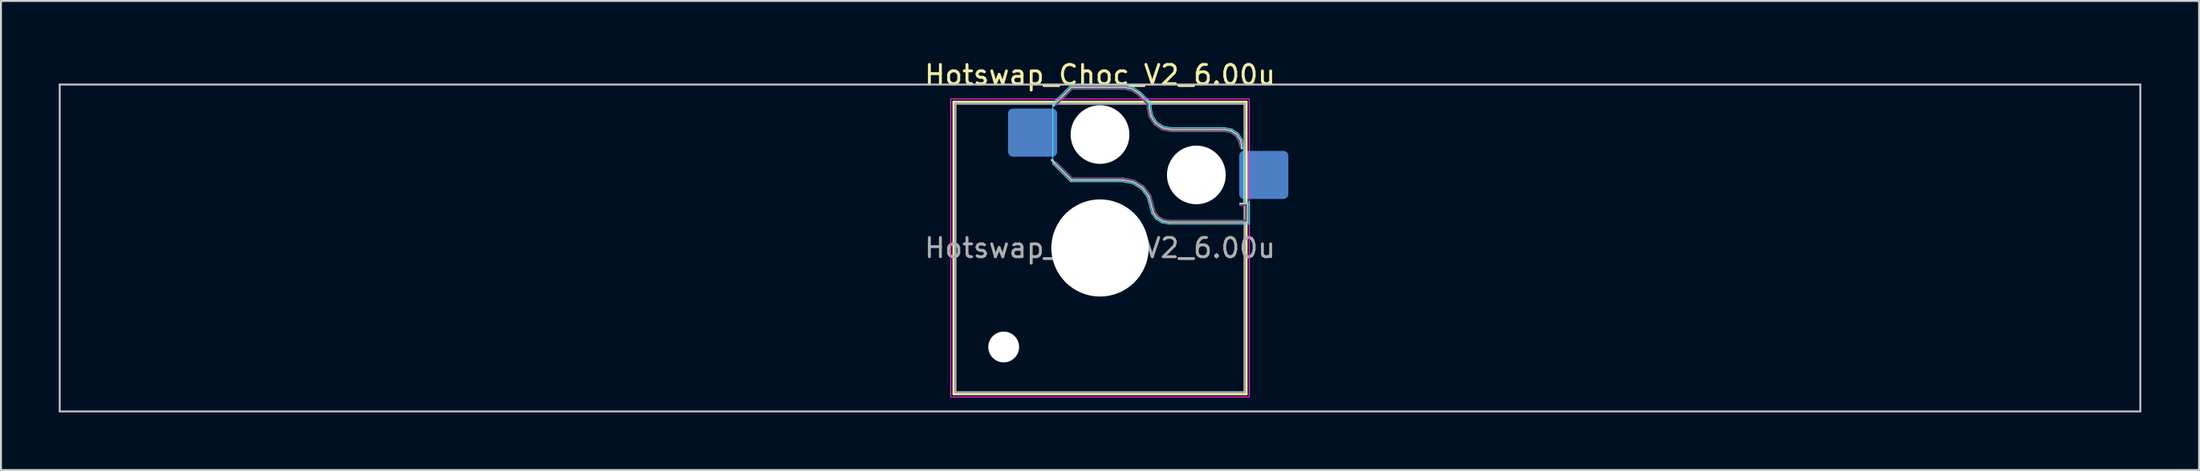
<source format=kicad_pcb>
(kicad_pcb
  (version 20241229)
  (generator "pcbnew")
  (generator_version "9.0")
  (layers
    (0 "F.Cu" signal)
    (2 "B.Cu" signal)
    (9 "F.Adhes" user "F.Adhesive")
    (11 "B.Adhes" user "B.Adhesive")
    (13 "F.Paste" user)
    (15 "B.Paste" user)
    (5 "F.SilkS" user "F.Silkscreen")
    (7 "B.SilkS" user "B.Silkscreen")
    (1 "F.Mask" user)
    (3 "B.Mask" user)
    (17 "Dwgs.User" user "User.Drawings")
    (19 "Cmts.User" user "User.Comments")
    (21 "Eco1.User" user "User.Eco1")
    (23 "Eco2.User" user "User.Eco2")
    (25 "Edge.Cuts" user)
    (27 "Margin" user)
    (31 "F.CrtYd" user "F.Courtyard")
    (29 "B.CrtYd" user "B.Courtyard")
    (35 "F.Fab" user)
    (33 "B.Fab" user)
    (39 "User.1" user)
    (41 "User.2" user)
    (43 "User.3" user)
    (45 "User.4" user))
  (footprint "Hotswap_Choc_V2_6.00u"
    (layer "F.Cu")
    (at 54.05 9.848)
    (property "Reference" "Hotswap_Choc_V2_6.00u" (at 0 -9 0) (layer "F.SilkS") (effects (font (size 1 1) (thickness 0.15))))
    (attr smd)
    (fp_line (start -7.6 -7.6) (end -7.6 7.6) (stroke (width 0.12) (type solid)) (layer "F.SilkS"))
    (fp_line (start -7.6 7.6) (end 7.6 7.6) (stroke (width 0.12) (type solid)) (layer "F.SilkS"))
    (fp_line (start 7.6 -7.6) (end -7.6 -7.6) (stroke (width 0.12) (type solid)) (layer "F.SilkS"))
    (fp_line (start 7.6 7.6) (end 7.6 -7.6) (stroke (width 0.12) (type solid)) (layer "F.SilkS"))
    (fp_line (start -2.416 -7.409) (end -1.479 -8.346) (stroke (width 0.12) (type solid)) (layer "B.SilkS"))
    (fp_line (start -1.479 -8.346) (end 1.268 -8.346) (stroke (width 0.12) (type solid)) (layer "B.SilkS"))
    (fp_line (start -1.479 -3.554) (end -2.5 -4.575) (stroke (width 0.12) (type solid)) (layer "B.SilkS"))
    (fp_line (start 1.168 -3.554) (end -1.479 -3.554) (stroke (width 0.12) (type solid)) (layer "B.SilkS"))
    (fp_line (start 1.268 -8.346) (end 1.671 -8.266) (stroke (width 0.12) (type solid)) (layer "B.SilkS"))
    (fp_line (start 1.671 -8.266) (end 2.013 -8.037) (stroke (width 0.12) (type solid)) (layer "B.SilkS"))
    (fp_line (start 1.73 -3.449) (end 1.168 -3.554) (stroke (width 0.12) (type solid)) (layer "B.SilkS"))
    (fp_line (start 2.013 -8.037) (end 2.546 -7.504) (stroke (width 0.12) (type solid)) (layer "B.SilkS"))
    (fp_line (start 2.209 -3.15) (end 1.73 -3.449) (stroke (width 0.12) (type solid)) (layer "B.SilkS"))
    (fp_line (start 2.546 -7.504) (end 2.546 -7.282) (stroke (width 0.12) (type solid)) (layer "B.SilkS"))
    (fp_line (start 2.546 -7.282) (end 2.633 -6.844) (stroke (width 0.12) (type solid)) (layer "B.SilkS"))
    (fp_line (start 2.547 -2.697) (end 2.209 -3.15) (stroke (width 0.12) (type solid)) (layer "B.SilkS"))
    (fp_line (start 2.633 -6.844) (end 2.877 -6.477) (stroke (width 0.12) (type solid)) (layer "B.SilkS"))
    (fp_line (start 2.701 -2.139) (end 2.547 -2.697) (stroke (width 0.12) (type solid)) (layer "B.SilkS"))
    (fp_line (start 2.783 -1.841) (end 2.701 -2.139) (stroke (width 0.12) (type solid)) (layer "B.SilkS"))
    (fp_line (start 2.877 -6.477) (end 3.244 -6.233) (stroke (width 0.12) (type solid)) (layer "B.SilkS"))
    (fp_line (start 2.976 -1.583) (end 2.783 -1.841) (stroke (width 0.12) (type solid)) (layer "B.SilkS"))
    (fp_line (start 3.244 -6.233) (end 3.682 -6.146) (stroke (width 0.12) (type solid)) (layer "B.SilkS"))
    (fp_line (start 3.25 -1.413) (end 2.976 -1.583) (stroke (width 0.12) (type solid)) (layer "B.SilkS"))
    (fp_line (start 3.56 -1.354) (end 3.25 -1.413) (stroke (width 0.12) (type solid)) (layer "B.SilkS"))
    (fp_line (start 3.682 -6.146) (end 6.482 -6.146) (stroke (width 0.12) (type solid)) (layer "B.SilkS"))
    (fp_line (start 6.482 -6.146) (end 6.809 -6.081) (stroke (width 0.12) (type solid)) (layer "B.SilkS"))
    (fp_line (start 6.809 -6.081) (end 7.092 -5.892) (stroke (width 0.12) (type solid)) (layer "B.SilkS"))
    (fp_line (start 7.092 -5.892) (end 7.281 -5.609) (stroke (width 0.12) (type solid)) (layer "B.SilkS"))
    (fp_line (start 7.281 -5.609) (end 7.366 -5.182) (stroke (width 0.12) (type solid)) (layer "B.SilkS"))
    (fp_line (start 7.283 -2.296) (end 7.646 -2.296) (stroke (width 0.12) (type solid)) (layer "B.SilkS"))
    (fp_line (start 7.646 -2.296) (end 7.646 -1.354) (stroke (width 0.12) (type solid)) (layer "B.SilkS"))
    (fp_line (start 7.646 -1.354) (end 3.56 -1.354) (stroke (width 0.12) (type solid)) (layer "B.SilkS"))
    (fp_line (start -54 -8.5) (end -54 8.5) (stroke (width 0.1) (type solid)) (layer "Dwgs.User"))
    (fp_line (start -54 8.5) (end 54 8.5) (stroke (width 0.1) (type solid)) (layer "Dwgs.User"))
    (fp_line (start 54 -8.5) (end -54 -8.5) (stroke (width 0.1) (type solid)) (layer "Dwgs.User"))
    (fp_line (start 54 8.5) (end 54 -8.5) (stroke (width 0.1) (type solid)) (layer "Dwgs.User"))
    (fp_line (start -7.25 -7.25) (end -7.25 7.25) (stroke (width 0.1) (type solid)) (layer "Eco1.User"))
    (fp_line (start -7.25 7.25) (end 7.25 7.25) (stroke (width 0.1) (type solid)) (layer "Eco1.User"))
    (fp_line (start 7.25 -7.25) (end -7.25 -7.25) (stroke (width 0.1) (type solid)) (layer "Eco1.User"))
    (fp_line (start 7.25 7.25) (end 7.25 -7.25) (stroke (width 0.1) (type solid)) (layer "Eco1.User"))
    (fp_line (start -2.452 -7.523) (end -1.523 -8.452) (stroke (width 0.05) (type solid)) (layer "B.CrtYd"))
    (fp_line (start -2.452 -4.377) (end -2.452 -7.523) (stroke (width 0.05) (type solid)) (layer "B.CrtYd"))
    (fp_line (start -1.523 -8.452) (end 1.278 -8.452) (stroke (width 0.05) (type solid)) (layer "B.CrtYd"))
    (fp_line (start -1.523 -3.448) (end -2.452 -4.377) (stroke (width 0.05) (type solid)) (layer "B.CrtYd"))
    (fp_line (start 1.159 -3.448) (end -1.523 -3.448) (stroke (width 0.05) (type solid)) (layer "B.CrtYd"))
    (fp_line (start 1.278 -8.452) (end 1.712 -8.366) (stroke (width 0.05) (type solid)) (layer "B.CrtYd"))
    (fp_line (start 1.691 -3.348) (end 1.159 -3.448) (stroke (width 0.05) (type solid)) (layer "B.CrtYd"))
    (fp_line (start 1.712 -8.366) (end 2.081 -8.119) (stroke (width 0.05) (type solid)) (layer "B.CrtYd"))
    (fp_line (start 2.081 -8.119) (end 2.652 -7.548) (stroke (width 0.05) (type solid)) (layer "B.CrtYd"))
    (fp_line (start 2.136 -3.071) (end 1.691 -3.348) (stroke (width 0.05) (type solid)) (layer "B.CrtYd"))
    (fp_line (start 2.45 -2.65) (end 2.136 -3.071) (stroke (width 0.05) (type solid)) (layer "B.CrtYd"))
    (fp_line (start 2.599 -2.111) (end 2.45 -2.65) (stroke (width 0.05) (type solid)) (layer "B.CrtYd"))
    (fp_line (start 2.652 -7.548) (end 2.652 -7.292) (stroke (width 0.05) (type solid)) (layer "B.CrtYd"))
    (fp_line (start 2.652 -7.292) (end 2.733 -6.885) (stroke (width 0.05) (type solid)) (layer "B.CrtYd"))
    (fp_line (start 2.687 -1.794) (end 2.599 -2.111) (stroke (width 0.05) (type solid)) (layer "B.CrtYd"))
    (fp_line (start 2.733 -6.885) (end 2.953 -6.553) (stroke (width 0.05) (type solid)) (layer "B.CrtYd"))
    (fp_line (start 2.903 -1.503) (end 2.687 -1.794) (stroke (width 0.05) (type solid)) (layer "B.CrtYd"))
    (fp_line (start 2.953 -6.553) (end 3.285 -6.333) (stroke (width 0.05) (type solid)) (layer "B.CrtYd"))
    (fp_line (start 3.211 -1.312) (end 2.903 -1.503) (stroke (width 0.05) (type solid)) (layer "B.CrtYd"))
    (fp_line (start 3.285 -6.333) (end 3.692 -6.252) (stroke (width 0.05) (type solid)) (layer "B.CrtYd"))
    (fp_line (start 3.55 -1.248) (end 3.211 -1.312) (stroke (width 0.05) (type solid)) (layer "B.CrtYd"))
    (fp_line (start 3.692 -6.252) (end 6.492 -6.252) (stroke (width 0.05) (type solid)) (layer "B.CrtYd"))
    (fp_line (start 6.492 -6.252) (end 6.85 -6.181) (stroke (width 0.05) (type solid)) (layer "B.CrtYd"))
    (fp_line (start 6.85 -6.181) (end 7.168 -5.968) (stroke (width 0.05) (type solid)) (layer "B.CrtYd"))
    (fp_line (start 7.168 -5.968) (end 7.381 -5.65) (stroke (width 0.05) (type solid)) (layer "B.CrtYd"))
    (fp_line (start 7.381 -5.65) (end 7.452 -5.292) (stroke (width 0.05) (type solid)) (layer "B.CrtYd"))
    (fp_line (start 7.452 -5.292) (end 7.452 -2.402) (stroke (width 0.05) (type solid)) (layer "B.CrtYd"))
    (fp_line (start 7.452 -2.402) (end 7.752 -2.402) (stroke (width 0.05) (type solid)) (layer "B.CrtYd"))
    (fp_line (start 7.752 -2.402) (end 7.752 -1.248) (stroke (width 0.05) (type solid)) (layer "B.CrtYd"))
    (fp_line (start 7.752 -1.248) (end 3.55 -1.248) (stroke (width 0.05) (type solid)) (layer "B.CrtYd"))
    (fp_line (start -7.75 -7.75) (end -7.75 7.75) (stroke (width 0.05) (type solid)) (layer "F.CrtYd"))
    (fp_line (start -7.75 7.75) (end 7.75 7.75) (stroke (width 0.05) (type solid)) (layer "F.CrtYd"))
    (fp_line (start 7.75 -7.75) (end -7.75 -7.75) (stroke (width 0.05) (type solid)) (layer "F.CrtYd"))
    (fp_line (start 7.75 7.75) (end 7.75 -7.75) (stroke (width 0.05) (type solid)) (layer "F.CrtYd"))
    (fp_line (start -2.275 -7.45) (end -1.45 -8.275) (stroke (width 0.1) (type solid)) (layer "B.Fab"))
    (fp_line (start -1.45 -8.275) (end 1.261 -8.275) (stroke (width 0.1) (type solid)) (layer "B.Fab"))
    (fp_line (start -1.45 -3.625) (end -2.275 -4.45) (stroke (width 0.1) (type solid)) (layer "B.Fab"))
    (fp_line (start 1.175 -3.625) (end -1.45 -3.625) (stroke (width 0.1) (type solid)) (layer "B.Fab"))
    (fp_line (start 1.261 -8.275) (end 1.643 -8.199) (stroke (width 0.1) (type solid)) (layer "B.Fab"))
    (fp_line (start 1.643 -8.199) (end 1.968 -7.982) (stroke (width 0.1) (type solid)) (layer "B.Fab"))
    (fp_line (start 1.756 -3.516) (end 1.175 -3.625) (stroke (width 0.1) (type solid)) (layer "B.Fab"))
    (fp_line (start 1.968 -7.982) (end 2.475 -7.475) (stroke (width 0.1) (type solid)) (layer "B.Fab"))
    (fp_line (start 2.258 -3.203) (end 1.756 -3.516) (stroke (width 0.1) (type solid)) (layer "B.Fab"))
    (fp_line (start 2.475 -7.475) (end 2.475 -7.275) (stroke (width 0.1) (type solid)) (layer "B.Fab"))
    (fp_line (start 2.475 -7.275) (end 2.566 -6.816) (stroke (width 0.1) (type solid)) (layer "B.Fab"))
    (fp_line (start 2.566 -6.816) (end 2.826 -6.426) (stroke (width 0.1) (type solid)) (layer "B.Fab"))
    (fp_line (start 2.612 -2.729) (end 2.258 -3.203) (stroke (width 0.1) (type solid)) (layer "B.Fab"))
    (fp_line (start 2.769 -2.158) (end 2.612 -2.729) (stroke (width 0.1) (type solid)) (layer "B.Fab"))
    (fp_line (start 2.826 -6.426) (end 3.216 -6.166) (stroke (width 0.1) (type solid)) (layer "B.Fab"))
    (fp_line (start 2.848 -1.873) (end 2.769 -2.158) (stroke (width 0.1) (type solid)) (layer "B.Fab"))
    (fp_line (start 3.025 -1.636) (end 2.848 -1.873) (stroke (width 0.1) (type solid)) (layer "B.Fab"))
    (fp_line (start 3.216 -6.166) (end 3.675 -6.075) (stroke (width 0.1) (type solid)) (layer "B.Fab"))
    (fp_line (start 3.276 -1.48) (end 3.025 -1.636) (stroke (width 0.1) (type solid)) (layer "B.Fab"))
    (fp_line (start 3.567 -1.425) (end 3.276 -1.48) (stroke (width 0.1) (type solid)) (layer "B.Fab"))
    (fp_line (start 3.675 -6.075) (end 6.475 -6.075) (stroke (width 0.1) (type solid)) (layer "B.Fab"))
    (fp_line (start 6.475 -6.075) (end 6.781 -6.014) (stroke (width 0.1) (type solid)) (layer "B.Fab"))
    (fp_line (start 6.781 -6.014) (end 7.041 -5.841) (stroke (width 0.1) (type solid)) (layer "B.Fab"))
    (fp_line (start 7.041 -5.841) (end 7.214 -5.581) (stroke (width 0.1) (type solid)) (layer "B.Fab"))
    (fp_line (start 7.214 -5.581) (end 7.275 -5.275) (stroke (width 0.1) (type solid)) (layer "B.Fab"))
    (fp_line (start 7.275 -2.225) (end 7.575 -2.225) (stroke (width 0.1) (type solid)) (layer "B.Fab"))
    (fp_line (start 7.575 -2.225) (end 7.575 -1.425) (stroke (width 0.1) (type solid)) (layer "B.Fab"))
    (fp_line (start 7.575 -1.425) (end 3.567 -1.425) (stroke (width 0.1) (type solid)) (layer "B.Fab"))
    (fp_line (start -7.5 -7.5) (end -7.5 7.5) (stroke (width 0.1) (type solid)) (layer "F.Fab"))
    (fp_line (start -7.5 7.5) (end 7.5 7.5) (stroke (width 0.1) (type solid)) (layer "F.Fab"))
    (fp_line (start 7.5 -7.5) (end -7.5 -7.5) (stroke (width 0.1) (type solid)) (layer "F.Fab"))
    (fp_line (start 7.5 7.5) (end 7.5 -7.5) (stroke (width 0.1) (type solid)) (layer "F.Fab"))
    (fp_text user "${REFERENCE}" (at 0 0 0) (layer "F.Fab") (effects (font (size 1 1) (thickness 0.15))))
    (pad "" np_thru_hole circle (at -5 5.15) (size 1.6 1.6) (drill 1.6) (layers "*.Cu" "*.Mask"))
    (pad "" np_thru_hole circle (at 0 -5.9) (size 3.05 3.05) (drill 3.05) (layers "*.Cu" "*.Mask"))
    (pad "" np_thru_hole circle (at 0 0) (size 5.05 5.05) (drill 5.05) (layers "*.Cu" "*.Mask"))
    (pad "" np_thru_hole circle (at 5 -3.8) (size 3.05 3.05) (drill 3.05) (layers "*.Cu" "*.Mask"))
    (pad "1" smd roundrect (at -3.5 -6) (size 2.55 2.5) (layers "B.Cu" "B.Mask" "B.Paste") (roundrect_rratio 0.1))
    (pad "2" smd roundrect (at 8.5 -3.8) (size 2.55 2.5) (layers "B.Cu" "B.Mask" "B.Paste") (roundrect_rratio 0.1)))
  (gr_rect
    (start -3 -3)
    (end 111.1 21.398)
    (stroke (width 0.1) (type default))
    (fill no)
    (layer "Edge.Cuts")))
</source>
